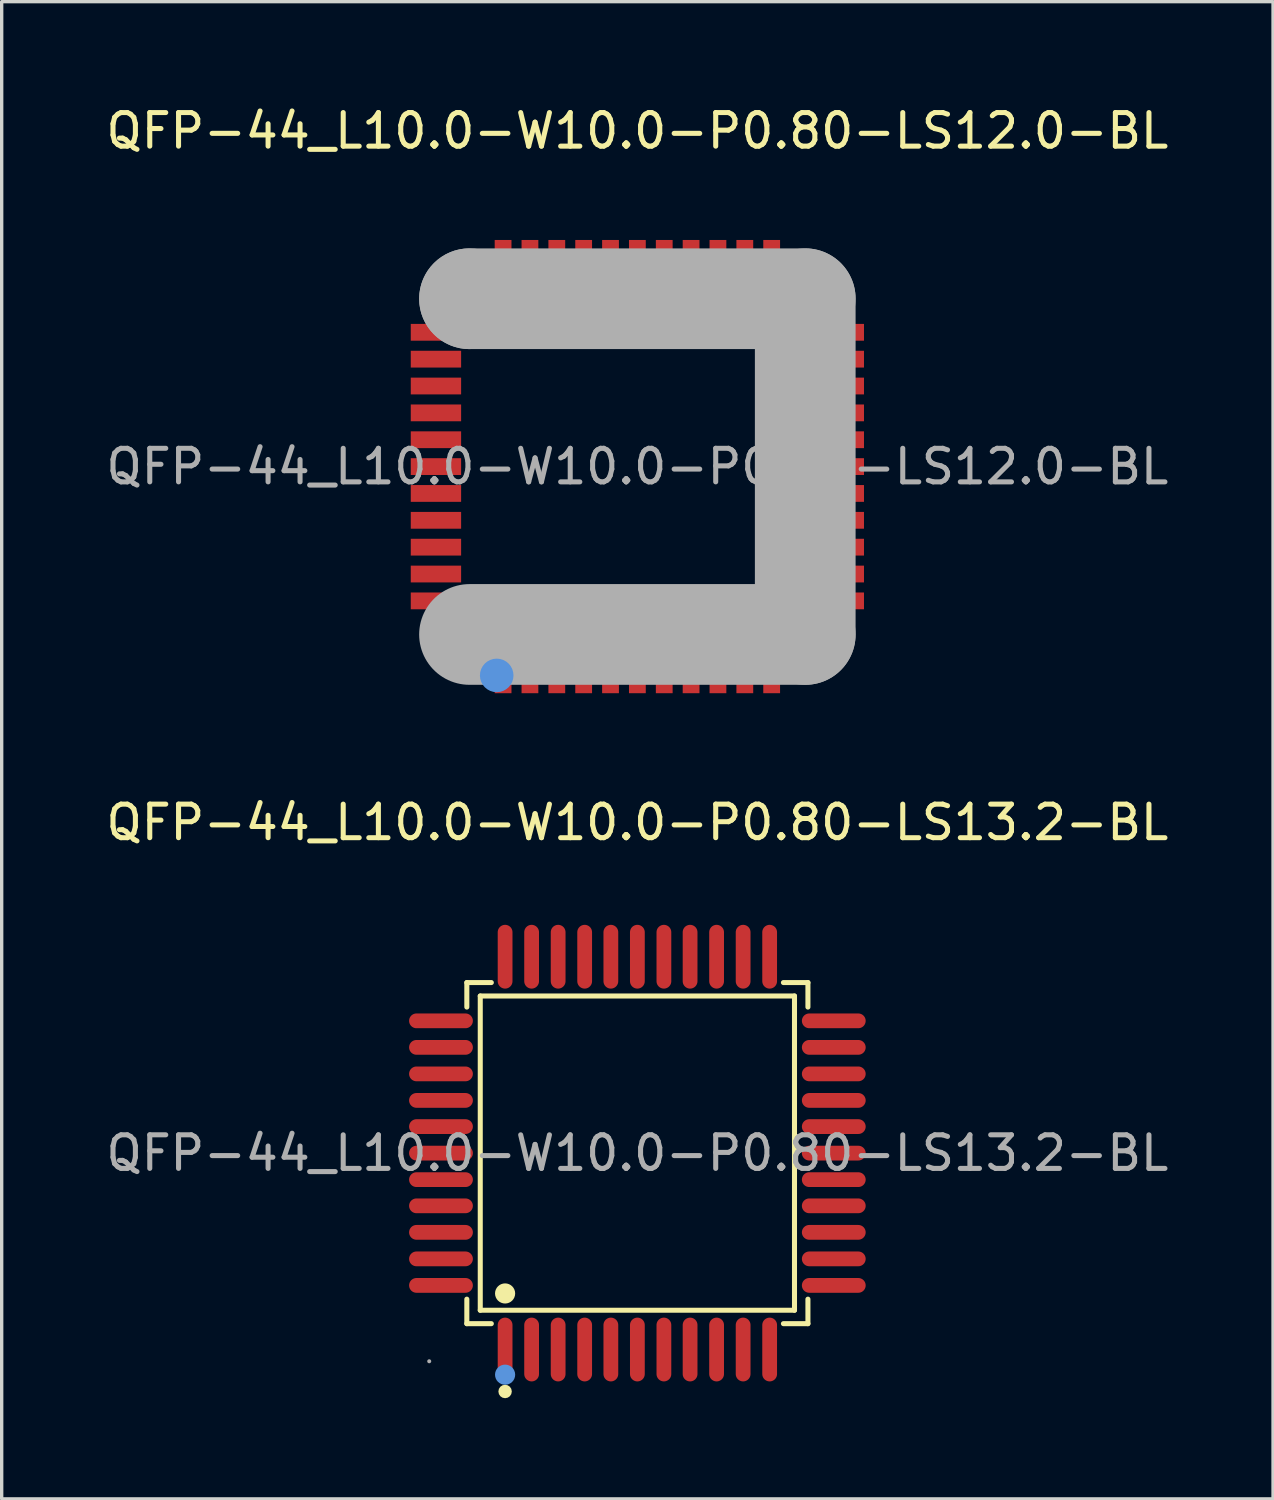
<source format=kicad_pcb>
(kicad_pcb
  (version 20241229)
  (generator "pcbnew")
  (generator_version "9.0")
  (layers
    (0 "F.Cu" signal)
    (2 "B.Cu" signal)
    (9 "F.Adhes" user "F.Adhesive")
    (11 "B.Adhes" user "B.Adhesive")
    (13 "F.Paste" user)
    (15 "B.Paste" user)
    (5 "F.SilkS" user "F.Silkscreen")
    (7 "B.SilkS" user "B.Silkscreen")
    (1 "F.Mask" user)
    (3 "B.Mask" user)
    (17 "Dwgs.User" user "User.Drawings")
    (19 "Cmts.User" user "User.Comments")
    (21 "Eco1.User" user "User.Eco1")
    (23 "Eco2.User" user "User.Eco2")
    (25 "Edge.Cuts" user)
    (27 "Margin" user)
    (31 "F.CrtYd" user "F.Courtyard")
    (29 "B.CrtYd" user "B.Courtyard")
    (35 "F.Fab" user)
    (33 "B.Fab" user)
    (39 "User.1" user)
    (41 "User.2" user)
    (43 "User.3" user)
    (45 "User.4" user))
  (footprint "QFP-44_L10.0-W10.0-P0.80-LS12.0-BL"
    (layer "F.Cu")
    (at 15.935 10.848)
    (property "Reference" "QFP-44_L10.0-W10.0-P0.80-LS12.0-BL" (at 0 -10 0) (layer "F.SilkS") (effects (font (size 1 1) (thickness 0.15))))
    (attr through_hole)
    (fp_circle (center -5.37 5.81) (end -5.09 5.81) (stroke (width 0.25) (type solid)) (fill no) (layer "F.SilkS"))
    (fp_circle (center -4.19 6.22) (end -3.94 6.22) (stroke (width 0.5) (type solid)) (fill no) (layer "Cmts.User"))
    (fp_line (start -5 -5) (end -5 -5) (stroke (width 3) (type solid)) (layer "F.Fab"))
    (fp_line (start -5 -5) (end 5 -5) (stroke (width 3) (type solid)) (layer "F.Fab"))
    (fp_line (start 5 -5) (end 5 5) (stroke (width 3) (type solid)) (layer "F.Fab"))
    (fp_line (start 5 5) (end -5 5) (stroke (width 3) (type solid)) (layer "F.Fab"))
    (fp_circle (center -6 6) (end -5.97 6) (stroke (width 0.06) (type solid)) (fill no) (layer "F.Fab"))
    (fp_text user "${REFERENCE}" (at 0 0 0) (layer "F.Fab") (effects (font (size 1 1) (thickness 0.15))))
    (pad "1" smd rect (at -4 6 90) (size 1.5 0.5) (layers "F.Cu" "F.Mask" "F.Paste"))
    (pad "2" smd rect (at -3.2 6 90) (size 1.5 0.5) (layers "F.Cu" "F.Mask" "F.Paste"))
    (pad "3" smd rect (at -2.4 6 90) (size 1.5 0.5) (layers "F.Cu" "F.Mask" "F.Paste"))
    (pad "4" smd rect (at -1.6 6 90) (size 1.5 0.5) (layers "F.Cu" "F.Mask" "F.Paste"))
    (pad "5" smd rect (at -0.8 6 90) (size 1.5 0.5) (layers "F.Cu" "F.Mask" "F.Paste"))
    (pad "6" smd rect (at 0 6 90) (size 1.5 0.5) (layers "F.Cu" "F.Mask" "F.Paste"))
    (pad "7" smd rect (at 0.8 6 90) (size 1.5 0.5) (layers "F.Cu" "F.Mask" "F.Paste"))
    (pad "8" smd rect (at 1.6 6 90) (size 1.5 0.5) (layers "F.Cu" "F.Mask" "F.Paste"))
    (pad "9" smd rect (at 2.4 6 90) (size 1.5 0.5) (layers "F.Cu" "F.Mask" "F.Paste"))
    (pad "10" smd rect (at 3.2 6 90) (size 1.5 0.5) (layers "F.Cu" "F.Mask" "F.Paste"))
    (pad "11" smd rect (at 4 6 90) (size 1.5 0.5) (layers "F.Cu" "F.Mask" "F.Paste"))
    (pad "12" smd rect (at 6 4 180) (size 1.5 0.5) (layers "F.Cu" "F.Mask" "F.Paste"))
    (pad "13" smd rect (at 6 3.2 180) (size 1.5 0.5) (layers "F.Cu" "F.Mask" "F.Paste"))
    (pad "14" smd rect (at 6 2.4 180) (size 1.5 0.5) (layers "F.Cu" "F.Mask" "F.Paste"))
    (pad "15" smd rect (at 6 1.6 180) (size 1.5 0.5) (layers "F.Cu" "F.Mask" "F.Paste"))
    (pad "16" smd rect (at 6 0.8 180) (size 1.5 0.5) (layers "F.Cu" "F.Mask" "F.Paste"))
    (pad "17" smd rect (at 6 0 180) (size 1.5 0.5) (layers "F.Cu" "F.Mask" "F.Paste"))
    (pad "18" smd rect (at 6 -0.8 180) (size 1.5 0.5) (layers "F.Cu" "F.Mask" "F.Paste"))
    (pad "19" smd rect (at 6 -1.6 180) (size 1.5 0.5) (layers "F.Cu" "F.Mask" "F.Paste"))
    (pad "20" smd rect (at 6 -2.4 180) (size 1.5 0.5) (layers "F.Cu" "F.Mask" "F.Paste"))
    (pad "21" smd rect (at 6 -3.2 180) (size 1.5 0.5) (layers "F.Cu" "F.Mask" "F.Paste"))
    (pad "22" smd rect (at 6 -4 180) (size 1.5 0.5) (layers "F.Cu" "F.Mask" "F.Paste"))
    (pad "23" smd rect (at 4 -6 270) (size 1.5 0.5) (layers "F.Cu" "F.Mask" "F.Paste"))
    (pad "24" smd rect (at 3.2 -6 270) (size 1.5 0.5) (layers "F.Cu" "F.Mask" "F.Paste"))
    (pad "25" smd rect (at 2.4 -6 270) (size 1.5 0.5) (layers "F.Cu" "F.Mask" "F.Paste"))
    (pad "26" smd rect (at 1.6 -6 270) (size 1.5 0.5) (layers "F.Cu" "F.Mask" "F.Paste"))
    (pad "27" smd rect (at 0.8 -6 270) (size 1.5 0.5) (layers "F.Cu" "F.Mask" "F.Paste"))
    (pad "28" smd rect (at 0 -6 270) (size 1.5 0.5) (layers "F.Cu" "F.Mask" "F.Paste"))
    (pad "29" smd rect (at -0.8 -6 270) (size 1.5 0.5) (layers "F.Cu" "F.Mask" "F.Paste"))
    (pad "30" smd rect (at -1.6 -6 270) (size 1.5 0.5) (layers "F.Cu" "F.Mask" "F.Paste"))
    (pad "31" smd rect (at -2.4 -6 270) (size 1.5 0.5) (layers "F.Cu" "F.Mask" "F.Paste"))
    (pad "32" smd rect (at -3.2 -6 270) (size 1.5 0.5) (layers "F.Cu" "F.Mask" "F.Paste"))
    (pad "33" smd rect (at -4 -6 270) (size 1.5 0.5) (layers "F.Cu" "F.Mask" "F.Paste"))
    (pad "34" smd rect (at -6 -4) (size 1.5 0.5) (layers "F.Cu" "F.Mask" "F.Paste"))
    (pad "35" smd rect (at -6 -3.2) (size 1.5 0.5) (layers "F.Cu" "F.Mask" "F.Paste"))
    (pad "36" smd rect (at -6 -2.4) (size 1.5 0.5) (layers "F.Cu" "F.Mask" "F.Paste"))
    (pad "37" smd rect (at -6 -1.6) (size 1.5 0.5) (layers "F.Cu" "F.Mask" "F.Paste"))
    (pad "38" smd rect (at -6 -0.8) (size 1.5 0.5) (layers "F.Cu" "F.Mask" "F.Paste"))
    (pad "39" smd rect (at -6 0) (size 1.5 0.5) (layers "F.Cu" "F.Mask" "F.Paste"))
    (pad "40" smd rect (at -6 0.8) (size 1.5 0.5) (layers "F.Cu" "F.Mask" "F.Paste"))
    (pad "41" smd rect (at -6 1.6) (size 1.5 0.5) (layers "F.Cu" "F.Mask" "F.Paste"))
    (pad "42" smd rect (at -6 2.4) (size 1.5 0.5) (layers "F.Cu" "F.Mask" "F.Paste"))
    (pad "43" smd rect (at -6 3.2) (size 1.5 0.5) (layers "F.Cu" "F.Mask" "F.Paste"))
    (pad "44" smd rect (at -6 4) (size 1.5 0.5) (layers "F.Cu" "F.Mask" "F.Paste")))
  (footprint "QFP-44_L10.0-W10.0-P0.80-LS13.2-BL"
    (layer "F.Cu")
    (at 15.935 31.297)
    (property "Reference" "QFP-44_L10.0-W10.0-P0.80-LS13.2-BL" (at 0 -9.85 0) (layer "F.SilkS") (effects (font (size 1 1) (thickness 0.15))))
    (attr through_hole)
    (fp_line (start -5.08 -5.08) (end -4.35 -5.08) (stroke (width 0.15) (type solid)) (layer "F.SilkS"))
    (fp_line (start -5.08 -4.35) (end -5.08 -5.08) (stroke (width 0.15) (type solid)) (layer "F.SilkS"))
    (fp_line (start -5.08 4.35) (end -5.08 5.08) (stroke (width 0.15) (type solid)) (layer "F.SilkS"))
    (fp_line (start -5.08 5.08) (end -4.35 5.08) (stroke (width 0.15) (type solid)) (layer "F.SilkS"))
    (fp_line (start -4.68 -4.68) (end 4.68 -4.68) (stroke (width 0.15) (type solid)) (layer "F.SilkS"))
    (fp_line (start -4.68 4.68) (end -4.68 -4.68) (stroke (width 0.15) (type solid)) (layer "F.SilkS"))
    (fp_line (start 4.68 -4.68) (end 4.68 4.68) (stroke (width 0.15) (type solid)) (layer "F.SilkS"))
    (fp_line (start 4.68 4.68) (end -4.68 4.68) (stroke (width 0.15) (type solid)) (layer "F.SilkS"))
    (fp_line (start 5.08 -5.08) (end 4.35 -5.08) (stroke (width 0.15) (type solid)) (layer "F.SilkS"))
    (fp_line (start 5.08 -4.35) (end 5.08 -5.08) (stroke (width 0.15) (type solid)) (layer "F.SilkS"))
    (fp_line (start 5.08 4.35) (end 5.08 5.08) (stroke (width 0.15) (type solid)) (layer "F.SilkS"))
    (fp_line (start 5.08 5.08) (end 4.35 5.08) (stroke (width 0.15) (type solid)) (layer "F.SilkS"))
    (fp_circle (center -3.94 4.18) (end -3.79 4.18) (stroke (width 0.3) (type solid)) (fill no) (layer "F.SilkS"))
    (fp_circle (center -3.94 7.1) (end -3.84 7.1) (stroke (width 0.2) (type solid)) (fill no) (layer "F.SilkS"))
    (fp_circle (center -3.94 6.6) (end -3.79 6.6) (stroke (width 0.3) (type solid)) (fill no) (layer "Cmts.User"))
    (fp_circle (center -6.2 6.2) (end -6.17 6.2) (stroke (width 0.06) (type solid)) (fill no) (layer "F.Fab"))
    (fp_text user "${REFERENCE}" (at 0 0 0) (layer "F.Fab") (effects (font (size 1 1) (thickness 0.15))))
    (pad "1" smd oval (at -3.94 5.85) (size 0.44 1.9) (layers "F.Cu" "F.Mask" "F.Paste"))
    (pad "2" smd oval (at -3.15 5.85) (size 0.44 1.9) (layers "F.Cu" "F.Mask" "F.Paste"))
    (pad "3" smd oval (at -2.36 5.85) (size 0.44 1.9) (layers "F.Cu" "F.Mask" "F.Paste"))
    (pad "4" smd oval (at -1.57 5.85) (size 0.44 1.9) (layers "F.Cu" "F.Mask" "F.Paste"))
    (pad "5" smd oval (at -0.79 5.85) (size 0.44 1.9) (layers "F.Cu" "F.Mask" "F.Paste"))
    (pad "6" smd oval (at 0 5.85) (size 0.44 1.9) (layers "F.Cu" "F.Mask" "F.Paste"))
    (pad "7" smd oval (at 0.79 5.85) (size 0.44 1.9) (layers "F.Cu" "F.Mask" "F.Paste"))
    (pad "8" smd oval (at 1.57 5.85) (size 0.44 1.9) (layers "F.Cu" "F.Mask" "F.Paste"))
    (pad "9" smd oval (at 2.36 5.85) (size 0.44 1.9) (layers "F.Cu" "F.Mask" "F.Paste"))
    (pad "10" smd oval (at 3.15 5.85) (size 0.44 1.9) (layers "F.Cu" "F.Mask" "F.Paste"))
    (pad "11" smd oval (at 3.94 5.85) (size 0.44 1.9) (layers "F.Cu" "F.Mask" "F.Paste"))
    (pad "12" smd oval (at 5.85 3.94) (size 1.9 0.44) (layers "F.Cu" "F.Mask" "F.Paste"))
    (pad "13" smd oval (at 5.85 3.15) (size 1.9 0.44) (layers "F.Cu" "F.Mask" "F.Paste"))
    (pad "14" smd oval (at 5.85 2.36) (size 1.9 0.44) (layers "F.Cu" "F.Mask" "F.Paste"))
    (pad "15" smd oval (at 5.85 1.57) (size 1.9 0.44) (layers "F.Cu" "F.Mask" "F.Paste"))
    (pad "16" smd oval (at 5.85 0.79) (size 1.9 0.44) (layers "F.Cu" "F.Mask" "F.Paste"))
    (pad "17" smd oval (at 5.85 0) (size 1.9 0.44) (layers "F.Cu" "F.Mask" "F.Paste"))
    (pad "18" smd oval (at 5.85 -0.79) (size 1.9 0.44) (layers "F.Cu" "F.Mask" "F.Paste"))
    (pad "19" smd oval (at 5.85 -1.57) (size 1.9 0.44) (layers "F.Cu" "F.Mask" "F.Paste"))
    (pad "20" smd oval (at 5.85 -2.36) (size 1.9 0.44) (layers "F.Cu" "F.Mask" "F.Paste"))
    (pad "21" smd oval (at 5.85 -3.15) (size 1.9 0.44) (layers "F.Cu" "F.Mask" "F.Paste"))
    (pad "22" smd oval (at 5.85 -3.94) (size 1.9 0.44) (layers "F.Cu" "F.Mask" "F.Paste"))
    (pad "23" smd oval (at 3.94 -5.85) (size 0.44 1.9) (layers "F.Cu" "F.Mask" "F.Paste"))
    (pad "24" smd oval (at 3.15 -5.85) (size 0.44 1.9) (layers "F.Cu" "F.Mask" "F.Paste"))
    (pad "25" smd oval (at 2.36 -5.85) (size 0.44 1.9) (layers "F.Cu" "F.Mask" "F.Paste"))
    (pad "26" smd oval (at 1.57 -5.85) (size 0.44 1.9) (layers "F.Cu" "F.Mask" "F.Paste"))
    (pad "27" smd oval (at 0.79 -5.85) (size 0.44 1.9) (layers "F.Cu" "F.Mask" "F.Paste"))
    (pad "28" smd oval (at 0 -5.85) (size 0.44 1.9) (layers "F.Cu" "F.Mask" "F.Paste"))
    (pad "29" smd oval (at -0.79 -5.85) (size 0.44 1.9) (layers "F.Cu" "F.Mask" "F.Paste"))
    (pad "30" smd oval (at -1.57 -5.85) (size 0.44 1.9) (layers "F.Cu" "F.Mask" "F.Paste"))
    (pad "31" smd oval (at -2.36 -5.85) (size 0.44 1.9) (layers "F.Cu" "F.Mask" "F.Paste"))
    (pad "32" smd oval (at -3.15 -5.85) (size 0.44 1.9) (layers "F.Cu" "F.Mask" "F.Paste"))
    (pad "33" smd oval (at -3.94 -5.85) (size 0.44 1.9) (layers "F.Cu" "F.Mask" "F.Paste"))
    (pad "34" smd oval (at -5.85 -3.94) (size 1.9 0.44) (layers "F.Cu" "F.Mask" "F.Paste"))
    (pad "35" smd oval (at -5.85 -3.15) (size 1.9 0.44) (layers "F.Cu" "F.Mask" "F.Paste"))
    (pad "36" smd oval (at -5.85 -2.36) (size 1.9 0.44) (layers "F.Cu" "F.Mask" "F.Paste"))
    (pad "37" smd oval (at -5.85 -1.57) (size 1.9 0.44) (layers "F.Cu" "F.Mask" "F.Paste"))
    (pad "38" smd oval (at -5.85 -0.79) (size 1.9 0.44) (layers "F.Cu" "F.Mask" "F.Paste"))
    (pad "39" smd oval (at -5.85 0) (size 1.9 0.44) (layers "F.Cu" "F.Mask" "F.Paste"))
    (pad "40" smd oval (at -5.85 0.79) (size 1.9 0.44) (layers "F.Cu" "F.Mask" "F.Paste"))
    (pad "41" smd oval (at -5.85 1.57) (size 1.9 0.44) (layers "F.Cu" "F.Mask" "F.Paste"))
    (pad "42" smd oval (at -5.85 2.36) (size 1.9 0.44) (layers "F.Cu" "F.Mask" "F.Paste"))
    (pad "43" smd oval (at -5.85 3.15) (size 1.9 0.44) (layers "F.Cu" "F.Mask" "F.Paste"))
    (pad "44" smd oval (at -5.85 3.94) (size 1.9 0.44) (layers "F.Cu" "F.Mask" "F.Paste")))
  (gr_rect
    (start -3 -3)
    (end 34.869 41.596)
    (stroke (width 0.1) (type default))
    (fill no)
    (layer "Edge.Cuts")))
</source>
